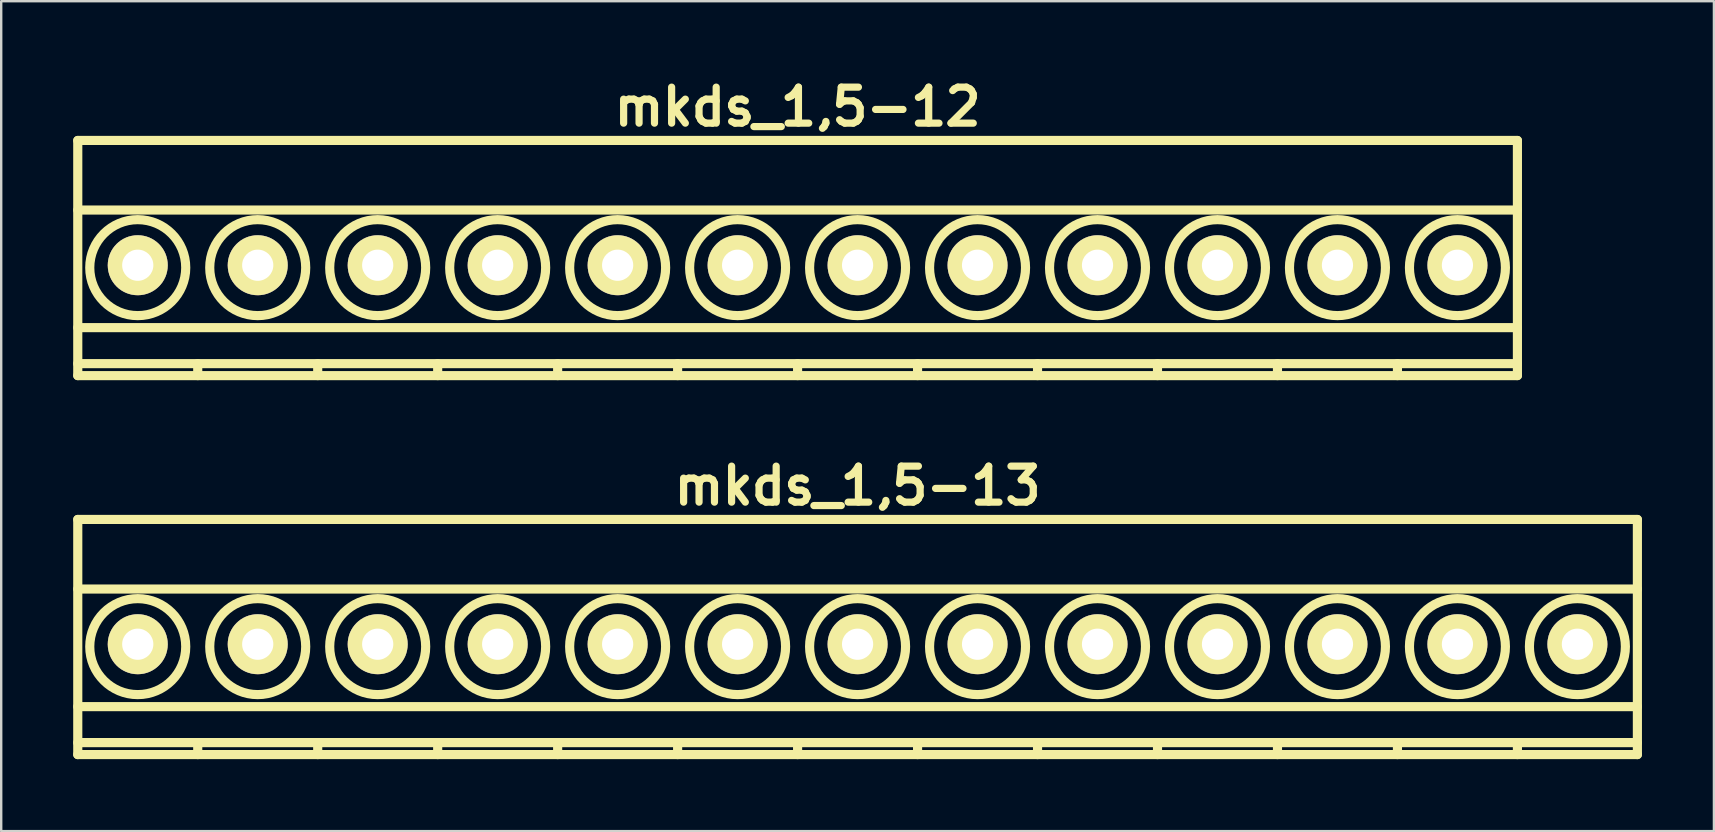
<source format=kicad_pcb>
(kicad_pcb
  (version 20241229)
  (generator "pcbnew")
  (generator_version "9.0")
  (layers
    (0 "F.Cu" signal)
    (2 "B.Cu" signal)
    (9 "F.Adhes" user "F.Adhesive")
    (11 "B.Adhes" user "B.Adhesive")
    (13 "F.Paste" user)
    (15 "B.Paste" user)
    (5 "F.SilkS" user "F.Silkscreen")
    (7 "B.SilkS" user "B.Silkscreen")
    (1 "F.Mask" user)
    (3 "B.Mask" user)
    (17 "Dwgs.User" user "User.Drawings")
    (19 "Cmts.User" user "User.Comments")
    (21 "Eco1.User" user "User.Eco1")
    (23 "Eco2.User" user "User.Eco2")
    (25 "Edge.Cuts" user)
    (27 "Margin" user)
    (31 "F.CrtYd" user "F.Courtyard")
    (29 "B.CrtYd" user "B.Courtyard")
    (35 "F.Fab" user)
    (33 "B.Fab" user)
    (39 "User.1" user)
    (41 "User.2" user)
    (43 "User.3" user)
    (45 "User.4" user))
  (footprint "mkds_1,5-12"
    (layer "F.Cu")
    (at 30.191 8.004)
    (property "Reference" "mkds_1,5-12" (at 0 -6.6 0) (layer "F.SilkS") (effects (font (size 1.5 1.5) (thickness 0.3))))
    (attr through_hole)
    (fp_line (start -30 -5.2) (end -30 4.6) (stroke (width 0.381) (type solid)) (layer "F.SilkS"))
    (fp_line (start -30 -2.3) (end 30 -2.3) (stroke (width 0.381) (type solid)) (layer "F.SilkS"))
    (fp_line (start -30 2.6) (end 30 2.6) (stroke (width 0.381) (type solid)) (layer "F.SilkS"))
    (fp_line (start -30 4.1) (end 30 4.1) (stroke (width 0.381) (type solid)) (layer "F.SilkS"))
    (fp_line (start -30 4.6) (end 30 4.6) (stroke (width 0.381) (type solid)) (layer "F.SilkS"))
    (fp_line (start -25 4.1) (end -25 4.6) (stroke (width 0.381) (type solid)) (layer "F.SilkS"))
    (fp_line (start -20 4.1) (end -20 4.6) (stroke (width 0.381) (type solid)) (layer "F.SilkS"))
    (fp_line (start -15 4.1) (end -15 4.6) (stroke (width 0.381) (type solid)) (layer "F.SilkS"))
    (fp_line (start -10 4.1) (end -10 4.6) (stroke (width 0.381) (type solid)) (layer "F.SilkS"))
    (fp_line (start -5 4.1) (end -5 4.6) (stroke (width 0.381) (type solid)) (layer "F.SilkS"))
    (fp_line (start 0 4.1) (end 0 4.6) (stroke (width 0.381) (type solid)) (layer "F.SilkS"))
    (fp_line (start 5 4.1) (end 5 4.6) (stroke (width 0.381) (type solid)) (layer "F.SilkS"))
    (fp_line (start 10 4.1) (end 10 4.6) (stroke (width 0.381) (type solid)) (layer "F.SilkS"))
    (fp_line (start 15 4.1) (end 15 4.6) (stroke (width 0.381) (type solid)) (layer "F.SilkS"))
    (fp_line (start 20 4.1) (end 20 4.6) (stroke (width 0.381) (type solid)) (layer "F.SilkS"))
    (fp_line (start 25 4.1) (end 25 4.6) (stroke (width 0.381) (type solid)) (layer "F.SilkS"))
    (fp_line (start 30 -5.2) (end -30 -5.2) (stroke (width 0.381) (type solid)) (layer "F.SilkS"))
    (fp_line (start 30 4.6) (end 30 -5.2) (stroke (width 0.381) (type solid)) (layer "F.SilkS"))
    (fp_circle (center -27.5 0.1) (end -25.5 0.1) (stroke (width 0.381) (type solid)) (fill no) (layer "F.SilkS"))
    (fp_circle (center -22.5 0.1) (end -24.5 0.1) (stroke (width 0.381) (type solid)) (fill no) (layer "F.SilkS"))
    (fp_circle (center -17.5 0.1) (end -19.5 0.1) (stroke (width 0.381) (type solid)) (fill no) (layer "F.SilkS"))
    (fp_circle (center -12.5 0.1) (end -14.5 0.1) (stroke (width 0.381) (type solid)) (fill no) (layer "F.SilkS"))
    (fp_circle (center -7.5 0.1) (end -9.5 0.1) (stroke (width 0.381) (type solid)) (fill no) (layer "F.SilkS"))
    (fp_circle (center -2.5 0.1) (end -4.5 0.1) (stroke (width 0.381) (type solid)) (fill no) (layer "F.SilkS"))
    (fp_circle (center 2.5 0.1) (end 0.5 0.1) (stroke (width 0.381) (type solid)) (fill no) (layer "F.SilkS"))
    (fp_circle (center 7.5 0.1) (end 5.5 0.1) (stroke (width 0.381) (type solid)) (fill no) (layer "F.SilkS"))
    (fp_circle (center 12.5 0.1) (end 10.5 0.1) (stroke (width 0.381) (type solid)) (fill no) (layer "F.SilkS"))
    (fp_circle (center 17.5 0.1) (end 15.5 0.1) (stroke (width 0.381) (type solid)) (fill no) (layer "F.SilkS"))
    (fp_circle (center 22.5 0.1) (end 20.5 0.1) (stroke (width 0.381) (type solid)) (fill no) (layer "F.SilkS"))
    (fp_circle (center 27.5 0.1) (end 25.5 0.1) (stroke (width 0.381) (type solid)) (fill no) (layer "F.SilkS"))
    (pad "1" thru_hole circle (at -27.5 0) (size 2.5 2.5) (drill 1.3) (layers "*.Cu" "*.Mask" "F.SilkS"))
    (pad "2" thru_hole circle (at -22.5 0) (size 2.5 2.5) (drill 1.3) (layers "*.Cu" "*.Mask" "F.SilkS"))
    (pad "3" thru_hole circle (at -17.5 0) (size 2.5 2.5) (drill 1.3) (layers "*.Cu" "*.Mask" "F.SilkS"))
    (pad "4" thru_hole circle (at -12.5 0) (size 2.5 2.5) (drill 1.3) (layers "*.Cu" "*.Mask" "F.SilkS"))
    (pad "5" thru_hole circle (at -7.5 0) (size 2.5 2.5) (drill 1.3) (layers "*.Cu" "*.Mask" "F.SilkS"))
    (pad "6" thru_hole circle (at -2.5 0) (size 2.5 2.5) (drill 1.3) (layers "*.Cu" "*.Mask" "F.SilkS"))
    (pad "7" thru_hole circle (at 2.5 0) (size 2.5 2.5) (drill 1.3) (layers "*.Cu" "*.Mask" "F.SilkS"))
    (pad "8" thru_hole circle (at 7.5 0) (size 2.5 2.5) (drill 1.3) (layers "*.Cu" "*.Mask" "F.SilkS"))
    (pad "9" thru_hole circle (at 12.5 0) (size 2.5 2.5) (drill 1.3) (layers "*.Cu" "*.Mask" "F.SilkS"))
    (pad "10" thru_hole circle (at 17.5 0) (size 2.5 2.5) (drill 1.3) (layers "*.Cu" "*.Mask" "F.SilkS"))
    (pad "11" thru_hole circle (at 22.5 0) (size 2.5 2.5) (drill 1.3) (layers "*.Cu" "*.Mask" "F.SilkS"))
    (pad "12" thru_hole circle (at 27.5 0) (size 2.5 2.5) (drill 1.3) (layers "*.Cu" "*.Mask" "F.SilkS")))
  (footprint "mkds_1,5-13"
    (layer "F.Cu")
    (at 32.691 23.799)
    (property "Reference" "mkds_1,5-13" (at 0 -6.6 0) (layer "F.SilkS") (effects (font (size 1.5 1.5) (thickness 0.3))))
    (attr through_hole)
    (fp_line (start -32.5 -5.2) (end -32.5 4.6) (stroke (width 0.381) (type solid)) (layer "F.SilkS"))
    (fp_line (start -32.5 -2.3) (end 32.5 -2.3) (stroke (width 0.381) (type solid)) (layer "F.SilkS"))
    (fp_line (start -32.5 2.6) (end 32.5 2.6) (stroke (width 0.381) (type solid)) (layer "F.SilkS"))
    (fp_line (start -32.5 4.1) (end 32.5 4.1) (stroke (width 0.381) (type solid)) (layer "F.SilkS"))
    (fp_line (start -32.5 4.6) (end 32.5 4.6) (stroke (width 0.381) (type solid)) (layer "F.SilkS"))
    (fp_line (start -27.5 4.1) (end -27.5 4.6) (stroke (width 0.381) (type solid)) (layer "F.SilkS"))
    (fp_line (start -22.5 4.1) (end -22.5 4.6) (stroke (width 0.381) (type solid)) (layer "F.SilkS"))
    (fp_line (start -17.5 4.1) (end -17.5 4.6) (stroke (width 0.381) (type solid)) (layer "F.SilkS"))
    (fp_line (start -12.5 4.1) (end -12.5 4.6) (stroke (width 0.381) (type solid)) (layer "F.SilkS"))
    (fp_line (start -7.5 4.1) (end -7.5 4.6) (stroke (width 0.381) (type solid)) (layer "F.SilkS"))
    (fp_line (start -2.5 4.1) (end -2.5 4.6) (stroke (width 0.381) (type solid)) (layer "F.SilkS"))
    (fp_line (start 2.5 4.1) (end 2.5 4.6) (stroke (width 0.381) (type solid)) (layer "F.SilkS"))
    (fp_line (start 7.5 4.1) (end 7.5 4.6) (stroke (width 0.381) (type solid)) (layer "F.SilkS"))
    (fp_line (start 12.5 4.1) (end 12.5 4.6) (stroke (width 0.381) (type solid)) (layer "F.SilkS"))
    (fp_line (start 17.5 4.1) (end 17.5 4.6) (stroke (width 0.381) (type solid)) (layer "F.SilkS"))
    (fp_line (start 22.5 4.1) (end 22.5 4.6) (stroke (width 0.381) (type solid)) (layer "F.SilkS"))
    (fp_line (start 27.5 4.1) (end 27.5 4.6) (stroke (width 0.381) (type solid)) (layer "F.SilkS"))
    (fp_line (start 32.5 -5.2) (end -32.5 -5.2) (stroke (width 0.381) (type solid)) (layer "F.SilkS"))
    (fp_line (start 32.5 4.6) (end 32.5 -5.2) (stroke (width 0.381) (type solid)) (layer "F.SilkS"))
    (fp_circle (center -30 0.1) (end -28 0.1) (stroke (width 0.381) (type solid)) (fill no) (layer "F.SilkS"))
    (fp_circle (center -25 0.1) (end -27 0.1) (stroke (width 0.381) (type solid)) (fill no) (layer "F.SilkS"))
    (fp_circle (center -20 0.1) (end -22 0.1) (stroke (width 0.381) (type solid)) (fill no) (layer "F.SilkS"))
    (fp_circle (center -15 0.1) (end -17 0.1) (stroke (width 0.381) (type solid)) (fill no) (layer "F.SilkS"))
    (fp_circle (center -10 0.1) (end -12 0.1) (stroke (width 0.381) (type solid)) (fill no) (layer "F.SilkS"))
    (fp_circle (center -5 0.1) (end -7 0.1) (stroke (width 0.381) (type solid)) (fill no) (layer "F.SilkS"))
    (fp_circle (center 0 0.1) (end -2 0.1) (stroke (width 0.381) (type solid)) (fill no) (layer "F.SilkS"))
    (fp_circle (center 5 0.1) (end 3 0.1) (stroke (width 0.381) (type solid)) (fill no) (layer "F.SilkS"))
    (fp_circle (center 10 0.1) (end 8 0.1) (stroke (width 0.381) (type solid)) (fill no) (layer "F.SilkS"))
    (fp_circle (center 15 0.1) (end 13 0.1) (stroke (width 0.381) (type solid)) (fill no) (layer "F.SilkS"))
    (fp_circle (center 20 0.1) (end 18 0.1) (stroke (width 0.381) (type solid)) (fill no) (layer "F.SilkS"))
    (fp_circle (center 25 0.1) (end 23 0.1) (stroke (width 0.381) (type solid)) (fill no) (layer "F.SilkS"))
    (fp_circle (center 30 0.1) (end 28 0.1) (stroke (width 0.381) (type solid)) (fill no) (layer "F.SilkS"))
    (pad "1" thru_hole circle (at -30 0) (size 2.5 2.5) (drill 1.3) (layers "*.Cu" "*.Mask" "F.SilkS"))
    (pad "2" thru_hole circle (at -25 0) (size 2.5 2.5) (drill 1.3) (layers "*.Cu" "*.Mask" "F.SilkS"))
    (pad "3" thru_hole circle (at -20 0) (size 2.5 2.5) (drill 1.3) (layers "*.Cu" "*.Mask" "F.SilkS"))
    (pad "4" thru_hole circle (at -15 0) (size 2.5 2.5) (drill 1.3) (layers "*.Cu" "*.Mask" "F.SilkS"))
    (pad "5" thru_hole circle (at -10 0) (size 2.5 2.5) (drill 1.3) (layers "*.Cu" "*.Mask" "F.SilkS"))
    (pad "6" thru_hole circle (at -5 0) (size 2.5 2.5) (drill 1.3) (layers "*.Cu" "*.Mask" "F.SilkS"))
    (pad "7" thru_hole circle (at 0 0) (size 2.5 2.5) (drill 1.3) (layers "*.Cu" "*.Mask" "F.SilkS"))
    (pad "8" thru_hole circle (at 5 0) (size 2.5 2.5) (drill 1.3) (layers "*.Cu" "*.Mask" "F.SilkS"))
    (pad "9" thru_hole circle (at 10 0) (size 2.5 2.5) (drill 1.3) (layers "*.Cu" "*.Mask" "F.SilkS"))
    (pad "10" thru_hole circle (at 15 0) (size 2.5 2.5) (drill 1.3) (layers "*.Cu" "*.Mask" "F.SilkS"))
    (pad "11" thru_hole circle (at 20 0) (size 2.5 2.5) (drill 1.3) (layers "*.Cu" "*.Mask" "F.SilkS"))
    (pad "12" thru_hole circle (at 25 0) (size 2.5 2.5) (drill 1.3) (layers "*.Cu" "*.Mask" "F.SilkS"))
    (pad "13" thru_hole circle (at 30 0) (size 2.5 2.5) (drill 1.3) (layers "*.Cu" "*.Mask" "F.SilkS")))
  (gr_rect
    (start -3 -3)
    (end 68.381 31.589)
    (stroke (width 0.1) (type default))
    (fill no)
    (layer "Edge.Cuts")))
</source>
